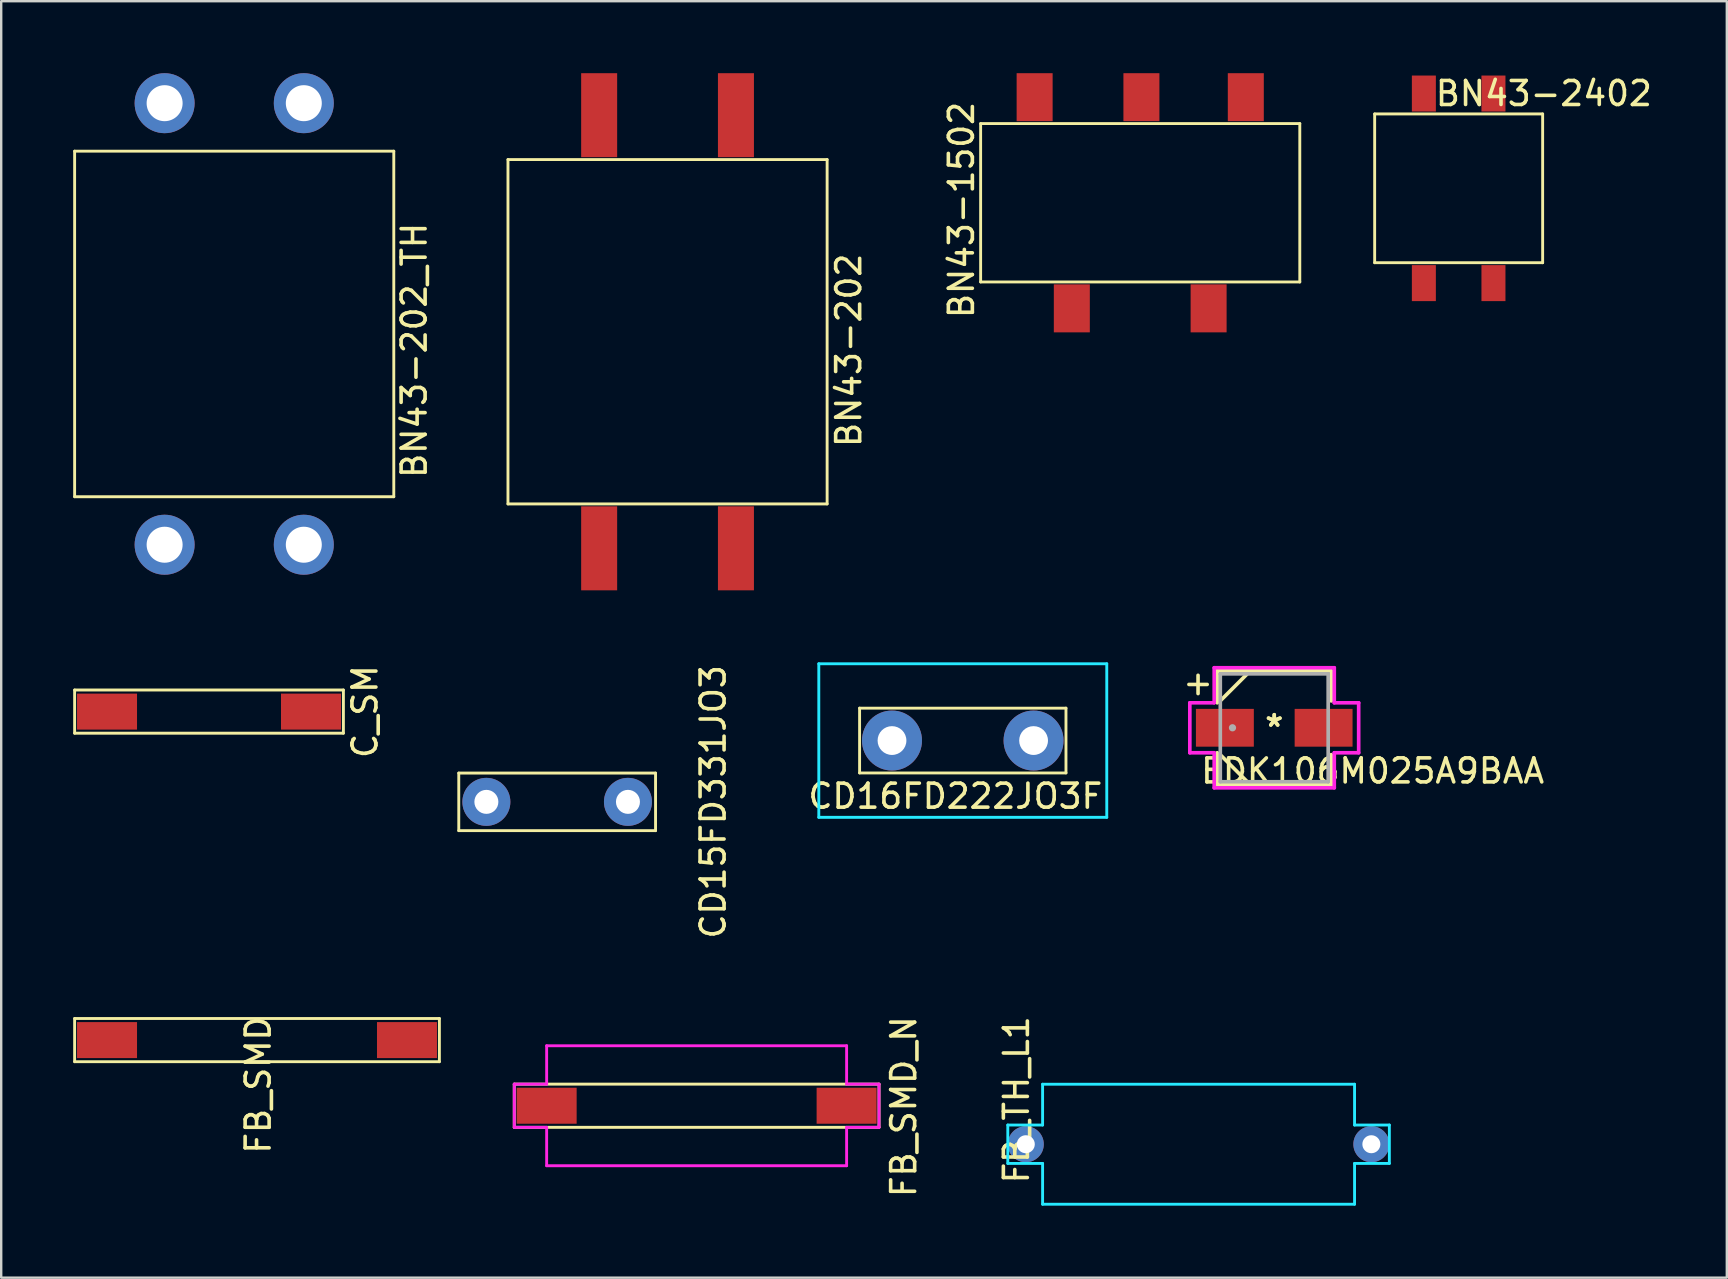
<source format=kicad_pcb>
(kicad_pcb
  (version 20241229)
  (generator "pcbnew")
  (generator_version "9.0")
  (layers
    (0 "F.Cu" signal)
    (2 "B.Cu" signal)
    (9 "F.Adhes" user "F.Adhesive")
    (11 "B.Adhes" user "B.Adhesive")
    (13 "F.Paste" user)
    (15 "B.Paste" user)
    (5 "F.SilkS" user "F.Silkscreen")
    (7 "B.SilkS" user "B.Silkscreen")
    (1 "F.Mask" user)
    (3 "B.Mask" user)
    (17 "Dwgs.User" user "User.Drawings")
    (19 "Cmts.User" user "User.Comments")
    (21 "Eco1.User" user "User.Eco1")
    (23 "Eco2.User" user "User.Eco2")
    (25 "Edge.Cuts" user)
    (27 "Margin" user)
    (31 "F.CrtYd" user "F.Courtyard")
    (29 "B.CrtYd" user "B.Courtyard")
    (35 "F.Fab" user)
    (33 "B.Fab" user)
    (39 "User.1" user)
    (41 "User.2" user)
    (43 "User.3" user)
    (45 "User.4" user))
  (footprint "EDK106M025A9BAA"
    (layer "F.Cu")
    (at 50.05 27.278)
    (property "Reference" "EDK106M025A9BAA" (at 4.1 1.8 0) (layer "F.SilkS") (effects (font (size 1 1) (thickness 0.15))))
    (attr through_hole)
    (fp_line (start -2.375 -2.375) (end -2.375 -1.041) (stroke (width 0.152) (type solid)) (layer "F.SilkS"))
    (fp_line (start -2.375 1.041) (end -2.375 2.375) (stroke (width 0.152) (type solid)) (layer "F.SilkS"))
    (fp_line (start -2.375 2.375) (end 2.375 2.375) (stroke (width 0.152) (type solid)) (layer "F.SilkS"))
    (fp_line (start -2.248 -1.124) (end -1.124 -2.248) (stroke (width 0.152) (type solid)) (layer "F.SilkS"))
    (fp_line (start -2.248 1.124) (end -1.124 2.248) (stroke (width 0.152) (type solid)) (layer "F.SilkS"))
    (fp_line (start 2.375 -2.375) (end -2.375 -2.375) (stroke (width 0.152) (type solid)) (layer "F.SilkS"))
    (fp_line (start 2.375 -1.12) (end 2.375 -2.375) (stroke (width 0.152) (type solid)) (layer "F.SilkS"))
    (fp_line (start 2.375 2.375) (end 2.375 1.12) (stroke (width 0.152) (type solid)) (layer "F.SilkS"))
    (fp_line (start -3.518 -1.041) (end -2.502 -1.041) (stroke (width 0.152) (type solid)) (layer "F.CrtYd"))
    (fp_line (start -3.518 1.041) (end -3.518 -1.041) (stroke (width 0.152) (type solid)) (layer "F.CrtYd"))
    (fp_line (start -2.502 -2.502) (end 2.502 -2.502) (stroke (width 0.152) (type solid)) (layer "F.CrtYd"))
    (fp_line (start -2.502 -1.041) (end -2.502 -2.502) (stroke (width 0.152) (type solid)) (layer "F.CrtYd"))
    (fp_line (start -2.502 1.041) (end -3.518 1.041) (stroke (width 0.152) (type solid)) (layer "F.CrtYd"))
    (fp_line (start -2.502 2.502) (end -2.502 1.041) (stroke (width 0.152) (type solid)) (layer "F.CrtYd"))
    (fp_line (start 2.502 -2.502) (end 2.502 -1.041) (stroke (width 0.152) (type solid)) (layer "F.CrtYd"))
    (fp_line (start 2.502 -1.041) (end 3.518 -1.041) (stroke (width 0.152) (type solid)) (layer "F.CrtYd"))
    (fp_line (start 2.502 1.041) (end 2.502 2.502) (stroke (width 0.152) (type solid)) (layer "F.CrtYd"))
    (fp_line (start 2.502 2.502) (end -2.502 2.502) (stroke (width 0.152) (type solid)) (layer "F.CrtYd"))
    (fp_line (start 3.518 -1.041) (end 3.518 1.041) (stroke (width 0.152) (type solid)) (layer "F.CrtYd"))
    (fp_line (start 3.518 1.041) (end 2.502 1.041) (stroke (width 0.152) (type solid)) (layer "F.CrtYd"))
    (fp_line (start -2.248 -2.248) (end -2.248 2.248) (stroke (width 0.152) (type solid)) (layer "F.Fab"))
    (fp_line (start -2.248 2.248) (end 2.248 2.248) (stroke (width 0.152) (type solid)) (layer "F.Fab"))
    (fp_line (start 2.248 -2.248) (end -2.248 -2.248) (stroke (width 0.152) (type solid)) (layer "F.Fab"))
    (fp_line (start 2.248 2.248) (end 2.248 -2.248) (stroke (width 0.152) (type solid)) (layer "F.Fab"))
    (fp_circle (center -1.74 0) (end -1.74 0) (stroke (width 0.152) (type solid)) (fill no) (layer "F.Fab"))
    (fp_text user "+" (at -3.175 -1.88 0) (layer "F.SilkS") (effects (font (size 1 1) (thickness 0.15))))
    (fp_text user "*" (at 0 0 0) (layer "F.SilkS") (effects (font (size 1 1) (thickness 0.15))))
    (fp_text user "*" (at 0 0 0) (layer "F.SilkS") (effects (font (size 1 1) (thickness 0.15))))
    (fp_text user "Copyright 2016 Accelerated Designs. All rights reserved." (at 0 0 0) (layer "Cmts.User") (effects (font (size 0.127 0.127) (thickness 0.002))))
    (pad "1" smd rect (at -2.057 0) (size 2.413 1.575) (layers "F.Cu" "F.Mask" "F.Paste"))
    (pad "2" smd rect (at 2.057 0) (size 2.413 1.575) (layers "F.Cu" "F.Mask" "F.Paste")))
  (footprint "C_SM"
    (layer "F.Cu")
    (at 5.66 26.604)
    (property "Reference" "C_SM" (at 6.5 0 90) (layer "F.SilkS") (effects (font (size 1 1) (thickness 0.15))))
    (attr through_hole)
    (fp_line (start -5.6 -0.9) (end 5.6 -0.9) (stroke (width 0.12) (type solid)) (layer "F.SilkS"))
    (fp_line (start -5.6 0.9) (end -5.6 -0.9) (stroke (width 0.12) (type solid)) (layer "F.SilkS"))
    (fp_line (start 5.6 -0.9) (end 5.6 0.9) (stroke (width 0.12) (type solid)) (layer "F.SilkS"))
    (fp_line (start 5.6 0.9) (end -5.6 0.9) (stroke (width 0.12) (type solid)) (layer "F.SilkS"))
    (pad "1" smd rect (at -4.25 0) (size 2.5 1.5) (layers "F.Cu" "F.Mask" "F.Paste"))
    (pad "2" smd rect (at 4.25 0) (size 2.5 1.5) (layers "F.Cu" "F.Mask" "F.Paste")))
  (footprint "FB_SMD"
    (layer "F.Cu")
    (at 7.66 40.293)
    (property "Reference" "FB_SMD" (at 0.05 1.87 270) (layer "F.SilkS") (effects (font (size 1 1) (thickness 0.15))))
    (attr through_hole)
    (fp_line (start -7.6 -0.9) (end 7.6 -0.9) (stroke (width 0.12) (type solid)) (layer "F.SilkS"))
    (fp_line (start -7.6 0.9) (end -7.6 -0.9) (stroke (width 0.12) (type solid)) (layer "F.SilkS"))
    (fp_line (start 7.6 -0.9) (end 7.6 0.9) (stroke (width 0.12) (type solid)) (layer "F.SilkS"))
    (fp_line (start 7.6 0.9) (end -7.6 0.9) (stroke (width 0.12) (type solid)) (layer "F.SilkS"))
    (pad "1" smd rect (at -6.25 0) (size 2.5 1.5) (layers "F.Cu" "F.Mask" "F.Paste"))
    (pad "2" smd rect (at 6.25 0) (size 2.5 1.5) (layers "F.Cu" "F.Mask" "F.Paste")))
  (footprint "CD15FD331JO3"
    (layer "F.Cu")
    (at 20.168 30.365)
    (property "Reference" "CD15FD331JO3" (at 6.5 0 90) (layer "F.SilkS") (effects (font (size 1 1) (thickness 0.15))))
    (attr through_hole)
    (fp_line (start -4.1 -1.2) (end 4.1 -1.2) (stroke (width 0.12) (type solid)) (layer "F.SilkS"))
    (fp_line (start -4.1 1.2) (end -4.1 -1.2) (stroke (width 0.12) (type solid)) (layer "F.SilkS"))
    (fp_line (start 4.1 -1.2) (end 4.1 1.2) (stroke (width 0.12) (type solid)) (layer "F.SilkS"))
    (fp_line (start 4.1 1.2) (end -4.1 1.2) (stroke (width 0.12) (type solid)) (layer "F.SilkS"))
    (pad "1" thru_hole circle (at -2.95 0) (size 2 2) (drill 1) (layers "*.Cu" "*.Mask"))
    (pad "2" thru_hole circle (at 2.95 0) (size 2 2) (drill 1) (layers "*.Cu" "*.Mask")))
  (footprint "CD16FD222JO3F"
    (layer "F.Cu")
    (at 37.071 27.81)
    (property "Reference" "CD16FD222JO3F" (at -0.31 2.32 0) (layer "F.SilkS") (effects (font (size 1 1) (thickness 0.15))))
    (attr through_hole)
    (fp_line (start -4.3 -1.35) (end 4.3 -1.35) (stroke (width 0.12) (type solid)) (layer "F.SilkS"))
    (fp_line (start -4.3 1.35) (end -4.3 -1.35) (stroke (width 0.12) (type solid)) (layer "F.SilkS"))
    (fp_line (start 4.3 -1.35) (end 4.3 1.35) (stroke (width 0.12) (type solid)) (layer "F.SilkS"))
    (fp_line (start 4.3 1.35) (end -4.3 1.35) (stroke (width 0.12) (type solid)) (layer "F.SilkS"))
    (fp_line (start -6 -3.2) (end 6 -3.2) (stroke (width 0.12) (type solid)) (layer "B.CrtYd"))
    (fp_line (start -6 3.2) (end -6 -3.2) (stroke (width 0.12) (type solid)) (layer "B.CrtYd"))
    (fp_line (start 6 -3.2) (end 6 3.2) (stroke (width 0.12) (type solid)) (layer "B.CrtYd"))
    (fp_line (start 6 3.2) (end -6 3.2) (stroke (width 0.12) (type solid)) (layer "B.CrtYd"))
    (pad "1" thru_hole circle (at -2.95 0) (size 2.5 2.5) (drill 1.2) (layers "*.Cu" "*.Mask"))
    (pad "2" thru_hole circle (at 2.95 0) (size 2.5 2.5) (drill 1.2) (layers "*.Cu" "*.Mask")))
  (footprint "FB_SMD_N"
    (layer "F.Cu")
    (at 25.98 43.028)
    (property "Reference" "FB_SMD_N" (at 8.63 0.04 90) (layer "F.SilkS") (effects (font (size 1 1) (thickness 0.15))))
    (attr through_hole)
    (fp_line (start -7.6 -0.9) (end 7.6 -0.9) (stroke (width 0.12) (type solid)) (layer "F.SilkS"))
    (fp_line (start -7.6 0.9) (end -7.6 -0.9) (stroke (width 0.12) (type solid)) (layer "F.SilkS"))
    (fp_line (start 7.6 -0.9) (end 7.6 0.9) (stroke (width 0.12) (type solid)) (layer "F.SilkS"))
    (fp_line (start 7.6 0.9) (end -7.6 0.9) (stroke (width 0.12) (type solid)) (layer "F.SilkS"))
    (fp_line (start -7.6 -0.9) (end -6.25 -0.9) (stroke (width 0.12) (type solid)) (layer "F.CrtYd"))
    (fp_line (start -7.6 0.9) (end -7.6 -0.9) (stroke (width 0.12) (type solid)) (layer "F.CrtYd"))
    (fp_line (start -6.25 -2.5) (end 6.25 -2.5) (stroke (width 0.12) (type solid)) (layer "F.CrtYd"))
    (fp_line (start -6.25 -0.9) (end -6.25 -2.5) (stroke (width 0.12) (type solid)) (layer "F.CrtYd"))
    (fp_line (start -6.25 0.9) (end -7.6 0.9) (stroke (width 0.12) (type solid)) (layer "F.CrtYd"))
    (fp_line (start -6.25 2.5) (end -6.25 0.9) (stroke (width 0.12) (type solid)) (layer "F.CrtYd"))
    (fp_line (start 6.25 -2.5) (end 6.25 -0.9) (stroke (width 0.12) (type solid)) (layer "F.CrtYd"))
    (fp_line (start 6.25 -0.9) (end 7.6 -0.9) (stroke (width 0.12) (type solid)) (layer "F.CrtYd"))
    (fp_line (start 6.25 0.9) (end 6.25 2.5) (stroke (width 0.12) (type solid)) (layer "F.CrtYd"))
    (fp_line (start 6.25 2.5) (end -6.25 2.5) (stroke (width 0.12) (type solid)) (layer "F.CrtYd"))
    (fp_line (start 7.6 -0.9) (end 7.6 0.9) (stroke (width 0.12) (type solid)) (layer "F.CrtYd"))
    (fp_line (start 7.6 0.9) (end 6.25 0.9) (stroke (width 0.12) (type solid)) (layer "F.CrtYd"))
    (pad "1" smd rect (at -6.25 0) (size 2.5 1.5) (layers "F.Cu" "F.Mask" "F.Paste"))
    (pad "2" smd rect (at 6.25 0) (size 2.5 1.5) (layers "F.Cu" "F.Mask" "F.Paste")))
  (footprint "BN43-2402"
    (layer "F.Cu")
    (at 57.785 5.048)
    (property "Reference" "BN43-2402" (at 3.5 -4.2 180) (layer "F.SilkS") (effects (font (size 1 1) (thickness 0.15))))
    (attr through_hole)
    (fp_line (start -3.55 -3.35) (end -3.55 2.85) (stroke (width 0.12) (type solid)) (layer "F.SilkS"))
    (fp_line (start -3.55 2.85) (end 3.45 2.85) (stroke (width 0.12) (type solid)) (layer "F.SilkS"))
    (fp_line (start 3.45 -3.35) (end -3.55 -3.35) (stroke (width 0.12) (type solid)) (layer "F.SilkS"))
    (fp_line (start 3.45 2.85) (end 3.45 -3.35) (stroke (width 0.12) (type solid)) (layer "F.SilkS"))
    (pad "1" smd rect (at -1.5 3.7) (size 1 1.5) (layers "F.Cu" "F.Mask" "F.Paste"))
    (pad "2" smd rect (at 1.4 3.7) (size 1 1.5) (layers "F.Cu" "F.Mask" "F.Paste"))
    (pad "3" smd rect (at 1.4 -4.2) (size 1 1.5) (layers "F.Cu" "F.Mask" "F.Paste"))
    (pad "4" smd rect (at -1.5 -4.2) (size 1 1.5) (layers "F.Cu" "F.Mask" "F.Paste")))
  (footprint "FB_TH_L1"
    (layer "F.Cu")
    (at 46.897 44.632)
    (property "Reference" "FB_TH_L1" (at -7.59 -1.85 90) (layer "F.SilkS") (effects (font (size 1 1) (thickness 0.15))))
    (attr through_hole)
    (fp_line (start -7.95 -0.8) (end -6.5 -0.8) (stroke (width 0.12) (type solid)) (layer "B.CrtYd"))
    (fp_line (start -7.95 0.8) (end -7.95 -0.8) (stroke (width 0.12) (type solid)) (layer "B.CrtYd"))
    (fp_line (start -7.95 0.8) (end -6.5 0.8) (stroke (width 0.12) (type solid)) (layer "B.CrtYd"))
    (fp_line (start -6.5 -2.5) (end 6.5 -2.5) (stroke (width 0.12) (type solid)) (layer "B.CrtYd"))
    (fp_line (start -6.5 -0.8) (end -6.5 -2.5) (stroke (width 0.12) (type solid)) (layer "B.CrtYd"))
    (fp_line (start -6.5 2.5) (end -6.5 0.8) (stroke (width 0.12) (type solid)) (layer "B.CrtYd"))
    (fp_line (start 6.5 -2.5) (end 6.5 -0.8) (stroke (width 0.12) (type solid)) (layer "B.CrtYd"))
    (fp_line (start 6.5 -0.8) (end 7.95 -0.8) (stroke (width 0.12) (type solid)) (layer "B.CrtYd"))
    (fp_line (start 6.5 0.8) (end 6.5 2.5) (stroke (width 0.12) (type solid)) (layer "B.CrtYd"))
    (fp_line (start 6.5 2.5) (end -6.5 2.5) (stroke (width 0.12) (type solid)) (layer "B.CrtYd"))
    (fp_line (start 7.95 -0.8) (end 7.95 0.8) (stroke (width 0.12) (type solid)) (layer "B.CrtYd"))
    (fp_line (start 7.95 0.8) (end 6.5 0.8) (stroke (width 0.12) (type solid)) (layer "B.CrtYd"))
    (pad "1" thru_hole circle (at -7.2 0) (size 1.5 1.5) (drill 0.75) (layers "*.Cu" "*.Mask"))
    (pad "2" thru_hole circle (at 7.2 0) (size 1.5 1.5) (drill 0.75) (layers "*.Cu" "*.Mask")))
  (footprint "BN43-202_TH"
    (layer "F.Cu")
    (at 6.71 10.45)
    (property "Reference" "BN43-202_TH" (at 7.5 1.1 90) (layer "F.SilkS") (effects (font (size 1 1) (thickness 0.15))))
    (attr through_hole)
    (fp_line (start -6.65 -7.2) (end -6.65 7.2) (stroke (width 0.12) (type solid)) (layer "F.SilkS"))
    (fp_line (start -6.65 7.2) (end 6.65 7.2) (stroke (width 0.12) (type solid)) (layer "F.SilkS"))
    (fp_line (start 6.65 -7.2) (end -6.65 -7.2) (stroke (width 0.12) (type solid)) (layer "F.SilkS"))
    (fp_line (start 6.65 7.2) (end 6.65 -7.2) (stroke (width 0.12) (type solid)) (layer "F.SilkS"))
    (pad "1" thru_hole circle (at -2.9 9.2) (size 2.5 2.5) (drill 1.5) (layers "*.Cu" "*.Mask"))
    (pad "2" thru_hole circle (at 2.9 9.2) (size 2.5 2.5) (drill 1.5) (layers "*.Cu" "*.Mask"))
    (pad "3" thru_hole circle (at 2.9 -9.2) (size 2.5 2.5) (drill 1.5) (layers "*.Cu" "*.Mask"))
    (pad "4" thru_hole circle (at -2.9 -9.2) (size 2.5 2.5) (drill 1.5) (layers "*.Cu" "*.Mask")))
  (footprint "BN43-202"
    (layer "F.Cu")
    (at 24.818 10.45)
    (property "Reference" "BN43-202" (at 7.5 1.1 270) (layer "F.SilkS") (effects (font (size 1 1) (thickness 0.15))))
    (attr through_hole)
    (fp_line (start -6.7 -6.85) (end -6.7 7.5) (stroke (width 0.12) (type solid)) (layer "F.SilkS"))
    (fp_line (start -6.7 7.5) (end 6.6 7.5) (stroke (width 0.12) (type solid)) (layer "F.SilkS"))
    (fp_line (start 6.6 -6.85) (end -6.7 -6.85) (stroke (width 0.12) (type solid)) (layer "F.SilkS"))
    (fp_line (start 6.6 7.5) (end 6.6 -6.85) (stroke (width 0.12) (type solid)) (layer "F.SilkS"))
    (pad "1" smd rect (at -2.9 9.35) (size 1.5 3.5) (layers "F.Cu" "F.Mask" "F.Paste"))
    (pad "2" smd rect (at 2.8 9.35) (size 1.5 3.5) (layers "F.Cu" "F.Mask" "F.Paste"))
    (pad "3" smd rect (at 2.8 -8.7) (size 1.5 3.5) (layers "F.Cu" "F.Mask" "F.Paste"))
    (pad "4" smd rect (at -2.9 -8.7) (size 1.5 3.5) (layers "F.Cu" "F.Mask" "F.Paste")))
  (footprint "BN43-1502"
    (layer "F.Cu")
    (at 44.515 5.7)
    (property "Reference" "BN43-1502" (at -7.5 0 90) (layer "F.SilkS") (effects (font (size 1 1) (thickness 0.15))))
    (attr through_hole)
    (fp_line (start -6.7 -3.6) (end -6.7 3) (stroke (width 0.12) (type solid)) (layer "F.SilkS"))
    (fp_line (start -6.7 -3.6) (end 6.6 -3.6) (stroke (width 0.12) (type solid)) (layer "F.SilkS"))
    (fp_line (start -6.7 3) (end 6.6 3) (stroke (width 0.12) (type solid)) (layer "F.SilkS"))
    (fp_line (start 6.6 -3.6) (end 6.6 3) (stroke (width 0.12) (type solid)) (layer "F.SilkS"))
    (pad "1" smd rect (at 4.35 -4.7) (size 1.5 2) (layers "F.Cu" "F.Mask" "F.Paste"))
    (pad "2" smd rect (at 0 -4.7) (size 1.5 2) (layers "F.Cu" "F.Mask" "F.Paste"))
    (pad "3" smd rect (at -4.45 -4.7) (size 1.5 2) (layers "F.Cu" "F.Mask" "F.Paste"))
    (pad "4" smd rect (at -2.9 4.1) (size 1.5 2) (layers "F.Cu" "F.Mask" "F.Paste"))
    (pad "5" smd rect (at 2.8 4.1) (size 1.5 2) (layers "F.Cu" "F.Mask" "F.Paste")))
  (gr_rect
    (start -3 -3)
    (end 68.91 50.192)
    (stroke (width 0.1) (type default))
    (fill no)
    (layer "Edge.Cuts")))
</source>
